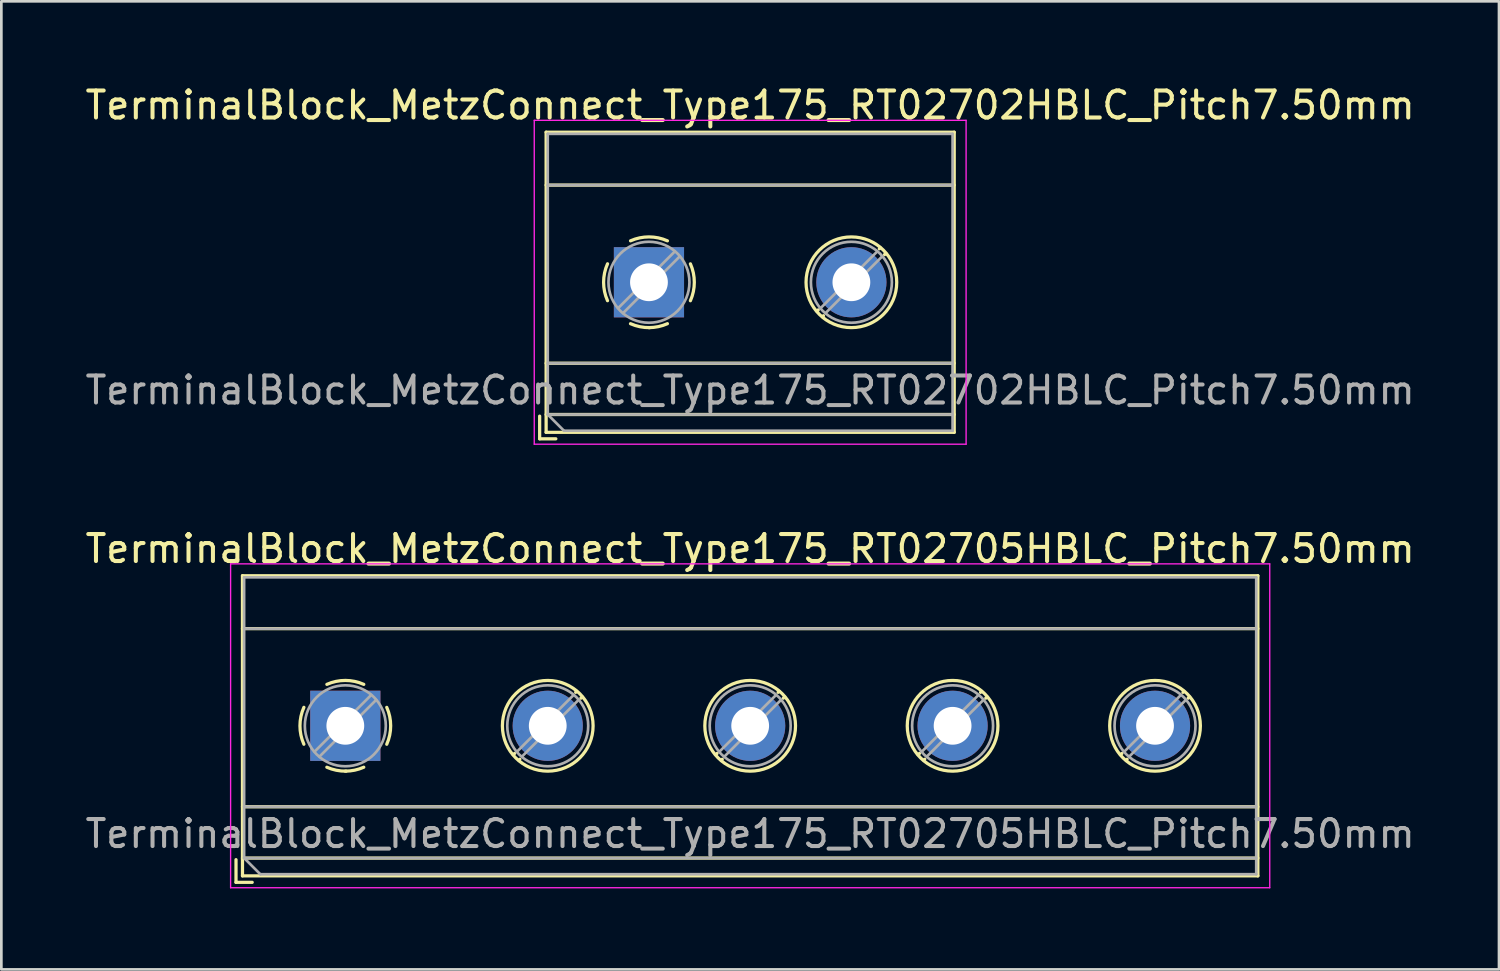
<source format=kicad_pcb>
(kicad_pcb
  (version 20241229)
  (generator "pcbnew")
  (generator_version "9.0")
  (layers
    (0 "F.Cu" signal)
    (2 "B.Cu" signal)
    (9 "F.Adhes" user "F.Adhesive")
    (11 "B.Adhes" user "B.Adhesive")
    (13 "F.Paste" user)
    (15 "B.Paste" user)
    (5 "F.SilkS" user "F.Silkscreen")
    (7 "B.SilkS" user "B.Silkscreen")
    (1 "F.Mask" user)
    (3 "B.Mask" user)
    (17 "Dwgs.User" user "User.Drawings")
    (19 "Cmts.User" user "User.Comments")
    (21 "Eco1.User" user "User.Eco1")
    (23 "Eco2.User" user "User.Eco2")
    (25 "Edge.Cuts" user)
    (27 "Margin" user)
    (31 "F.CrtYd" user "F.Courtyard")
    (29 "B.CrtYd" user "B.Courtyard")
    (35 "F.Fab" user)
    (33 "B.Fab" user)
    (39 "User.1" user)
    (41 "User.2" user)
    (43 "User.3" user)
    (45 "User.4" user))
  (footprint "TerminalBlock_MetzConnect_Type175_RT02702HBLC_Pitch7.50mm"
    (layer "F.Cu")
    (at 20.994 7.408)
    (property "Reference" "TerminalBlock_MetzConnect_Type175_RT02702HBLC_Pitch7.50mm" (at 3.75 -6.56 0) (layer "F.SilkS") (effects (font (size 1 1) (thickness 0.15))))
    (attr through_hole)
    (fp_line (start -4.05 4.96) (end -4.05 5.8) (stroke (width 0.12) (type solid)) (layer "F.SilkS"))
    (fp_line (start -4.05 5.8) (end -3.45 5.8) (stroke (width 0.12) (type solid)) (layer "F.SilkS"))
    (fp_line (start -3.81 -5.56) (end -3.81 5.56) (stroke (width 0.12) (type solid)) (layer "F.SilkS"))
    (fp_line (start -3.81 -3.6) (end 11.31 -3.6) (stroke (width 0.12) (type solid)) (layer "F.SilkS"))
    (fp_line (start -3.81 3) (end 11.31 3) (stroke (width 0.12) (type solid)) (layer "F.SilkS"))
    (fp_line (start -3.81 4.9) (end 11.31 4.9) (stroke (width 0.12) (type solid)) (layer "F.SilkS"))
    (fp_line (start -3.81 5.56) (end 11.31 5.56) (stroke (width 0.12) (type solid)) (layer "F.SilkS"))
    (fp_line (start 6.273 1.023) (end 6.226 1.069) (stroke (width 0.12) (type solid)) (layer "F.SilkS"))
    (fp_line (start 6.466 1.239) (end 6.431 1.274) (stroke (width 0.12) (type solid)) (layer "F.SilkS"))
    (fp_line (start 8.57 -1.275) (end 8.535 -1.239) (stroke (width 0.12) (type solid)) (layer "F.SilkS"))
    (fp_line (start 8.775 -1.069) (end 8.728 -1.023) (stroke (width 0.12) (type solid)) (layer "F.SilkS"))
    (fp_line (start 11.31 -5.56) (end -3.81 -5.56) (stroke (width 0.12) (type solid)) (layer "F.SilkS"))
    (fp_line (start 11.31 5.56) (end 11.31 -5.56) (stroke (width 0.12) (type solid)) (layer "F.SilkS"))
    (fp_arc (start -1.535427 0.683042) (mid -1.680501 -0.000524) (end -1.535 -0.684) (stroke (width 0.12) (type solid)) (layer "F.SilkS"))
    (fp_arc (start -0.683042 -1.535427) (mid 0.000524 -1.680501) (end 0.684 -1.535) (stroke (width 0.12) (type solid)) (layer "F.SilkS"))
    (fp_arc (start 0.028805 1.680253) (mid -0.335551 1.646659) (end -0.684 1.535) (stroke (width 0.12) (type solid)) (layer "F.SilkS"))
    (fp_arc (start 0.683318 1.534756) (mid 0.349292 1.643288) (end 0 1.68) (stroke (width 0.12) (type solid)) (layer "F.SilkS"))
    (fp_arc (start 1.535427 -0.683042) (mid 1.680501 0.000524) (end 1.535 0.684) (stroke (width 0.12) (type solid)) (layer "F.SilkS"))
    (fp_circle (center 7.5 0) (end 9.18 0) (stroke (width 0.12) (type solid)) (fill no) (layer "F.SilkS"))
    (fp_line (start -4.25 -6) (end -4.25 6) (stroke (width 0.05) (type solid)) (layer "F.CrtYd"))
    (fp_line (start -4.25 6) (end 11.75 6) (stroke (width 0.05) (type solid)) (layer "F.CrtYd"))
    (fp_line (start 11.75 -6) (end -4.25 -6) (stroke (width 0.05) (type solid)) (layer "F.CrtYd"))
    (fp_line (start 11.75 6) (end 11.75 -6) (stroke (width 0.05) (type solid)) (layer "F.CrtYd"))
    (fp_line (start -3.75 -5.5) (end 11.25 -5.5) (stroke (width 0.1) (type solid)) (layer "F.Fab"))
    (fp_line (start -3.75 -3.6) (end 11.25 -3.6) (stroke (width 0.1) (type solid)) (layer "F.Fab"))
    (fp_line (start -3.75 3) (end 11.25 3) (stroke (width 0.1) (type solid)) (layer "F.Fab"))
    (fp_line (start -3.75 4.9) (end -3.75 -5.5) (stroke (width 0.1) (type solid)) (layer "F.Fab"))
    (fp_line (start -3.75 4.9) (end 11.25 4.9) (stroke (width 0.1) (type solid)) (layer "F.Fab"))
    (fp_line (start -3.15 5.5) (end -3.75 4.9) (stroke (width 0.1) (type solid)) (layer "F.Fab"))
    (fp_line (start 0.955 -1.138) (end -1.138 0.955) (stroke (width 0.1) (type solid)) (layer "F.Fab"))
    (fp_line (start 1.138 -0.955) (end -0.955 1.138) (stroke (width 0.1) (type solid)) (layer "F.Fab"))
    (fp_line (start 8.455 -1.138) (end 6.363 0.955) (stroke (width 0.1) (type solid)) (layer "F.Fab"))
    (fp_line (start 8.638 -0.955) (end 6.546 1.138) (stroke (width 0.1) (type solid)) (layer "F.Fab"))
    (fp_line (start 11.25 -5.5) (end 11.25 5.5) (stroke (width 0.1) (type solid)) (layer "F.Fab"))
    (fp_line (start 11.25 5.5) (end -3.15 5.5) (stroke (width 0.1) (type solid)) (layer "F.Fab"))
    (fp_circle (center 0 0) (end 1.5 0) (stroke (width 0.1) (type solid)) (fill no) (layer "F.Fab"))
    (fp_circle (center 7.5 0) (end 9 0) (stroke (width 0.1) (type solid)) (fill no) (layer "F.Fab"))
    (fp_text user "${REFERENCE}" (at 3.75 4 0) (layer "F.Fab") (effects (font (size 1 1) (thickness 0.15))))
    (pad "1" thru_hole rect (at 0 0) (size 2.6 2.6) (drill 1.4) (layers "*.Cu" "*.Mask"))
    (pad "2" thru_hole circle (at 7.5 0) (size 2.6 2.6) (drill 1.4) (layers "*.Cu" "*.Mask")))
  (footprint "TerminalBlock_MetzConnect_Type175_RT02705HBLC_Pitch7.50mm"
    (layer "F.Cu")
    (at 9.744 23.841)
    (property "Reference" "TerminalBlock_MetzConnect_Type175_RT02705HBLC_Pitch7.50mm" (at 15 -6.56 0) (layer "F.SilkS") (effects (font (size 1 1) (thickness 0.15))))
    (attr through_hole)
    (fp_line (start -4.05 4.96) (end -4.05 5.8) (stroke (width 0.12) (type solid)) (layer "F.SilkS"))
    (fp_line (start -4.05 5.8) (end -3.45 5.8) (stroke (width 0.12) (type solid)) (layer "F.SilkS"))
    (fp_line (start -3.81 -5.56) (end -3.81 5.56) (stroke (width 0.12) (type solid)) (layer "F.SilkS"))
    (fp_line (start -3.81 -3.6) (end 33.81 -3.6) (stroke (width 0.12) (type solid)) (layer "F.SilkS"))
    (fp_line (start -3.81 3) (end 33.81 3) (stroke (width 0.12) (type solid)) (layer "F.SilkS"))
    (fp_line (start -3.81 4.9) (end 33.81 4.9) (stroke (width 0.12) (type solid)) (layer "F.SilkS"))
    (fp_line (start -3.81 5.56) (end 33.81 5.56) (stroke (width 0.12) (type solid)) (layer "F.SilkS"))
    (fp_line (start 6.273 1.023) (end 6.226 1.069) (stroke (width 0.12) (type solid)) (layer "F.SilkS"))
    (fp_line (start 6.466 1.239) (end 6.431 1.274) (stroke (width 0.12) (type solid)) (layer "F.SilkS"))
    (fp_line (start 8.57 -1.275) (end 8.535 -1.239) (stroke (width 0.12) (type solid)) (layer "F.SilkS"))
    (fp_line (start 8.775 -1.069) (end 8.728 -1.023) (stroke (width 0.12) (type solid)) (layer "F.SilkS"))
    (fp_line (start 13.773 1.023) (end 13.726 1.069) (stroke (width 0.12) (type solid)) (layer "F.SilkS"))
    (fp_line (start 13.966 1.239) (end 13.931 1.274) (stroke (width 0.12) (type solid)) (layer "F.SilkS"))
    (fp_line (start 16.07 -1.275) (end 16.035 -1.239) (stroke (width 0.12) (type solid)) (layer "F.SilkS"))
    (fp_line (start 16.275 -1.069) (end 16.228 -1.023) (stroke (width 0.12) (type solid)) (layer "F.SilkS"))
    (fp_line (start 21.273 1.023) (end 21.226 1.069) (stroke (width 0.12) (type solid)) (layer "F.SilkS"))
    (fp_line (start 21.466 1.239) (end 21.431 1.274) (stroke (width 0.12) (type solid)) (layer "F.SilkS"))
    (fp_line (start 23.57 -1.275) (end 23.535 -1.239) (stroke (width 0.12) (type solid)) (layer "F.SilkS"))
    (fp_line (start 23.775 -1.069) (end 23.728 -1.023) (stroke (width 0.12) (type solid)) (layer "F.SilkS"))
    (fp_line (start 28.773 1.023) (end 28.726 1.069) (stroke (width 0.12) (type solid)) (layer "F.SilkS"))
    (fp_line (start 28.966 1.239) (end 28.931 1.274) (stroke (width 0.12) (type solid)) (layer "F.SilkS"))
    (fp_line (start 31.07 -1.275) (end 31.035 -1.239) (stroke (width 0.12) (type solid)) (layer "F.SilkS"))
    (fp_line (start 31.275 -1.069) (end 31.228 -1.023) (stroke (width 0.12) (type solid)) (layer "F.SilkS"))
    (fp_line (start 33.81 -5.56) (end -3.81 -5.56) (stroke (width 0.12) (type solid)) (layer "F.SilkS"))
    (fp_line (start 33.81 5.56) (end 33.81 -5.56) (stroke (width 0.12) (type solid)) (layer "F.SilkS"))
    (fp_arc (start -1.535427 0.683042) (mid -1.680501 -0.000524) (end -1.535 -0.684) (stroke (width 0.12) (type solid)) (layer "F.SilkS"))
    (fp_arc (start -0.683042 -1.535427) (mid 0.000524 -1.680501) (end 0.684 -1.535) (stroke (width 0.12) (type solid)) (layer "F.SilkS"))
    (fp_arc (start 0.028805 1.680253) (mid -0.335551 1.646659) (end -0.684 1.535) (stroke (width 0.12) (type solid)) (layer "F.SilkS"))
    (fp_arc (start 0.683318 1.534756) (mid 0.349292 1.643288) (end 0 1.68) (stroke (width 0.12) (type solid)) (layer "F.SilkS"))
    (fp_arc (start 1.535427 -0.683042) (mid 1.680501 0.000524) (end 1.535 0.684) (stroke (width 0.12) (type solid)) (layer "F.SilkS"))
    (fp_circle (center 7.5 0) (end 9.18 0) (stroke (width 0.12) (type solid)) (fill no) (layer "F.SilkS"))
    (fp_circle (center 15 0) (end 16.68 0) (stroke (width 0.12) (type solid)) (fill no) (layer "F.SilkS"))
    (fp_circle (center 22.5 0) (end 24.18 0) (stroke (width 0.12) (type solid)) (fill no) (layer "F.SilkS"))
    (fp_circle (center 30 0) (end 31.68 0) (stroke (width 0.12) (type solid)) (fill no) (layer "F.SilkS"))
    (fp_line (start -4.25 -6) (end -4.25 6) (stroke (width 0.05) (type solid)) (layer "F.CrtYd"))
    (fp_line (start -4.25 6) (end 34.25 6) (stroke (width 0.05) (type solid)) (layer "F.CrtYd"))
    (fp_line (start 34.25 -6) (end -4.25 -6) (stroke (width 0.05) (type solid)) (layer "F.CrtYd"))
    (fp_line (start 34.25 6) (end 34.25 -6) (stroke (width 0.05) (type solid)) (layer "F.CrtYd"))
    (fp_line (start -3.75 -5.5) (end 33.75 -5.5) (stroke (width 0.1) (type solid)) (layer "F.Fab"))
    (fp_line (start -3.75 -3.6) (end 33.75 -3.6) (stroke (width 0.1) (type solid)) (layer "F.Fab"))
    (fp_line (start -3.75 3) (end 33.75 3) (stroke (width 0.1) (type solid)) (layer "F.Fab"))
    (fp_line (start -3.75 4.9) (end -3.75 -5.5) (stroke (width 0.1) (type solid)) (layer "F.Fab"))
    (fp_line (start -3.75 4.9) (end 33.75 4.9) (stroke (width 0.1) (type solid)) (layer "F.Fab"))
    (fp_line (start -3.15 5.5) (end -3.75 4.9) (stroke (width 0.1) (type solid)) (layer "F.Fab"))
    (fp_line (start 0.955 -1.138) (end -1.138 0.955) (stroke (width 0.1) (type solid)) (layer "F.Fab"))
    (fp_line (start 1.138 -0.955) (end -0.955 1.138) (stroke (width 0.1) (type solid)) (layer "F.Fab"))
    (fp_line (start 8.455 -1.138) (end 6.363 0.955) (stroke (width 0.1) (type solid)) (layer "F.Fab"))
    (fp_line (start 8.638 -0.955) (end 6.546 1.138) (stroke (width 0.1) (type solid)) (layer "F.Fab"))
    (fp_line (start 15.955 -1.138) (end 13.863 0.955) (stroke (width 0.1) (type solid)) (layer "F.Fab"))
    (fp_line (start 16.138 -0.955) (end 14.046 1.138) (stroke (width 0.1) (type solid)) (layer "F.Fab"))
    (fp_line (start 23.455 -1.138) (end 21.363 0.955) (stroke (width 0.1) (type solid)) (layer "F.Fab"))
    (fp_line (start 23.638 -0.955) (end 21.546 1.138) (stroke (width 0.1) (type solid)) (layer "F.Fab"))
    (fp_line (start 30.955 -1.138) (end 28.863 0.955) (stroke (width 0.1) (type solid)) (layer "F.Fab"))
    (fp_line (start 31.138 -0.955) (end 29.046 1.138) (stroke (width 0.1) (type solid)) (layer "F.Fab"))
    (fp_line (start 33.75 -5.5) (end 33.75 5.5) (stroke (width 0.1) (type solid)) (layer "F.Fab"))
    (fp_line (start 33.75 5.5) (end -3.15 5.5) (stroke (width 0.1) (type solid)) (layer "F.Fab"))
    (fp_circle (center 0 0) (end 1.5 0) (stroke (width 0.1) (type solid)) (fill no) (layer "F.Fab"))
    (fp_circle (center 7.5 0) (end 9 0) (stroke (width 0.1) (type solid)) (fill no) (layer "F.Fab"))
    (fp_circle (center 15 0) (end 16.5 0) (stroke (width 0.1) (type solid)) (fill no) (layer "F.Fab"))
    (fp_circle (center 22.5 0) (end 24 0) (stroke (width 0.1) (type solid)) (fill no) (layer "F.Fab"))
    (fp_circle (center 30 0) (end 31.5 0) (stroke (width 0.1) (type solid)) (fill no) (layer "F.Fab"))
    (fp_text user "${REFERENCE}" (at 15 4 0) (layer "F.Fab") (effects (font (size 1 1) (thickness 0.15))))
    (pad "1" thru_hole rect (at 0 0) (size 2.6 2.6) (drill 1.4) (layers "*.Cu" "*.Mask"))
    (pad "2" thru_hole circle (at 7.5 0) (size 2.6 2.6) (drill 1.4) (layers "*.Cu" "*.Mask"))
    (pad "3" thru_hole circle (at 15 0) (size 2.6 2.6) (drill 1.4) (layers "*.Cu" "*.Mask"))
    (pad "4" thru_hole circle (at 22.5 0) (size 2.6 2.6) (drill 1.4) (layers "*.Cu" "*.Mask"))
    (pad "5" thru_hole circle (at 30 0) (size 2.6 2.6) (drill 1.4) (layers "*.Cu" "*.Mask")))
  (gr_rect
    (start -3 -3)
    (end 52.488 32.867)
    (stroke (width 0.1) (type default))
    (fill no)
    (layer "Edge.Cuts")))
</source>
